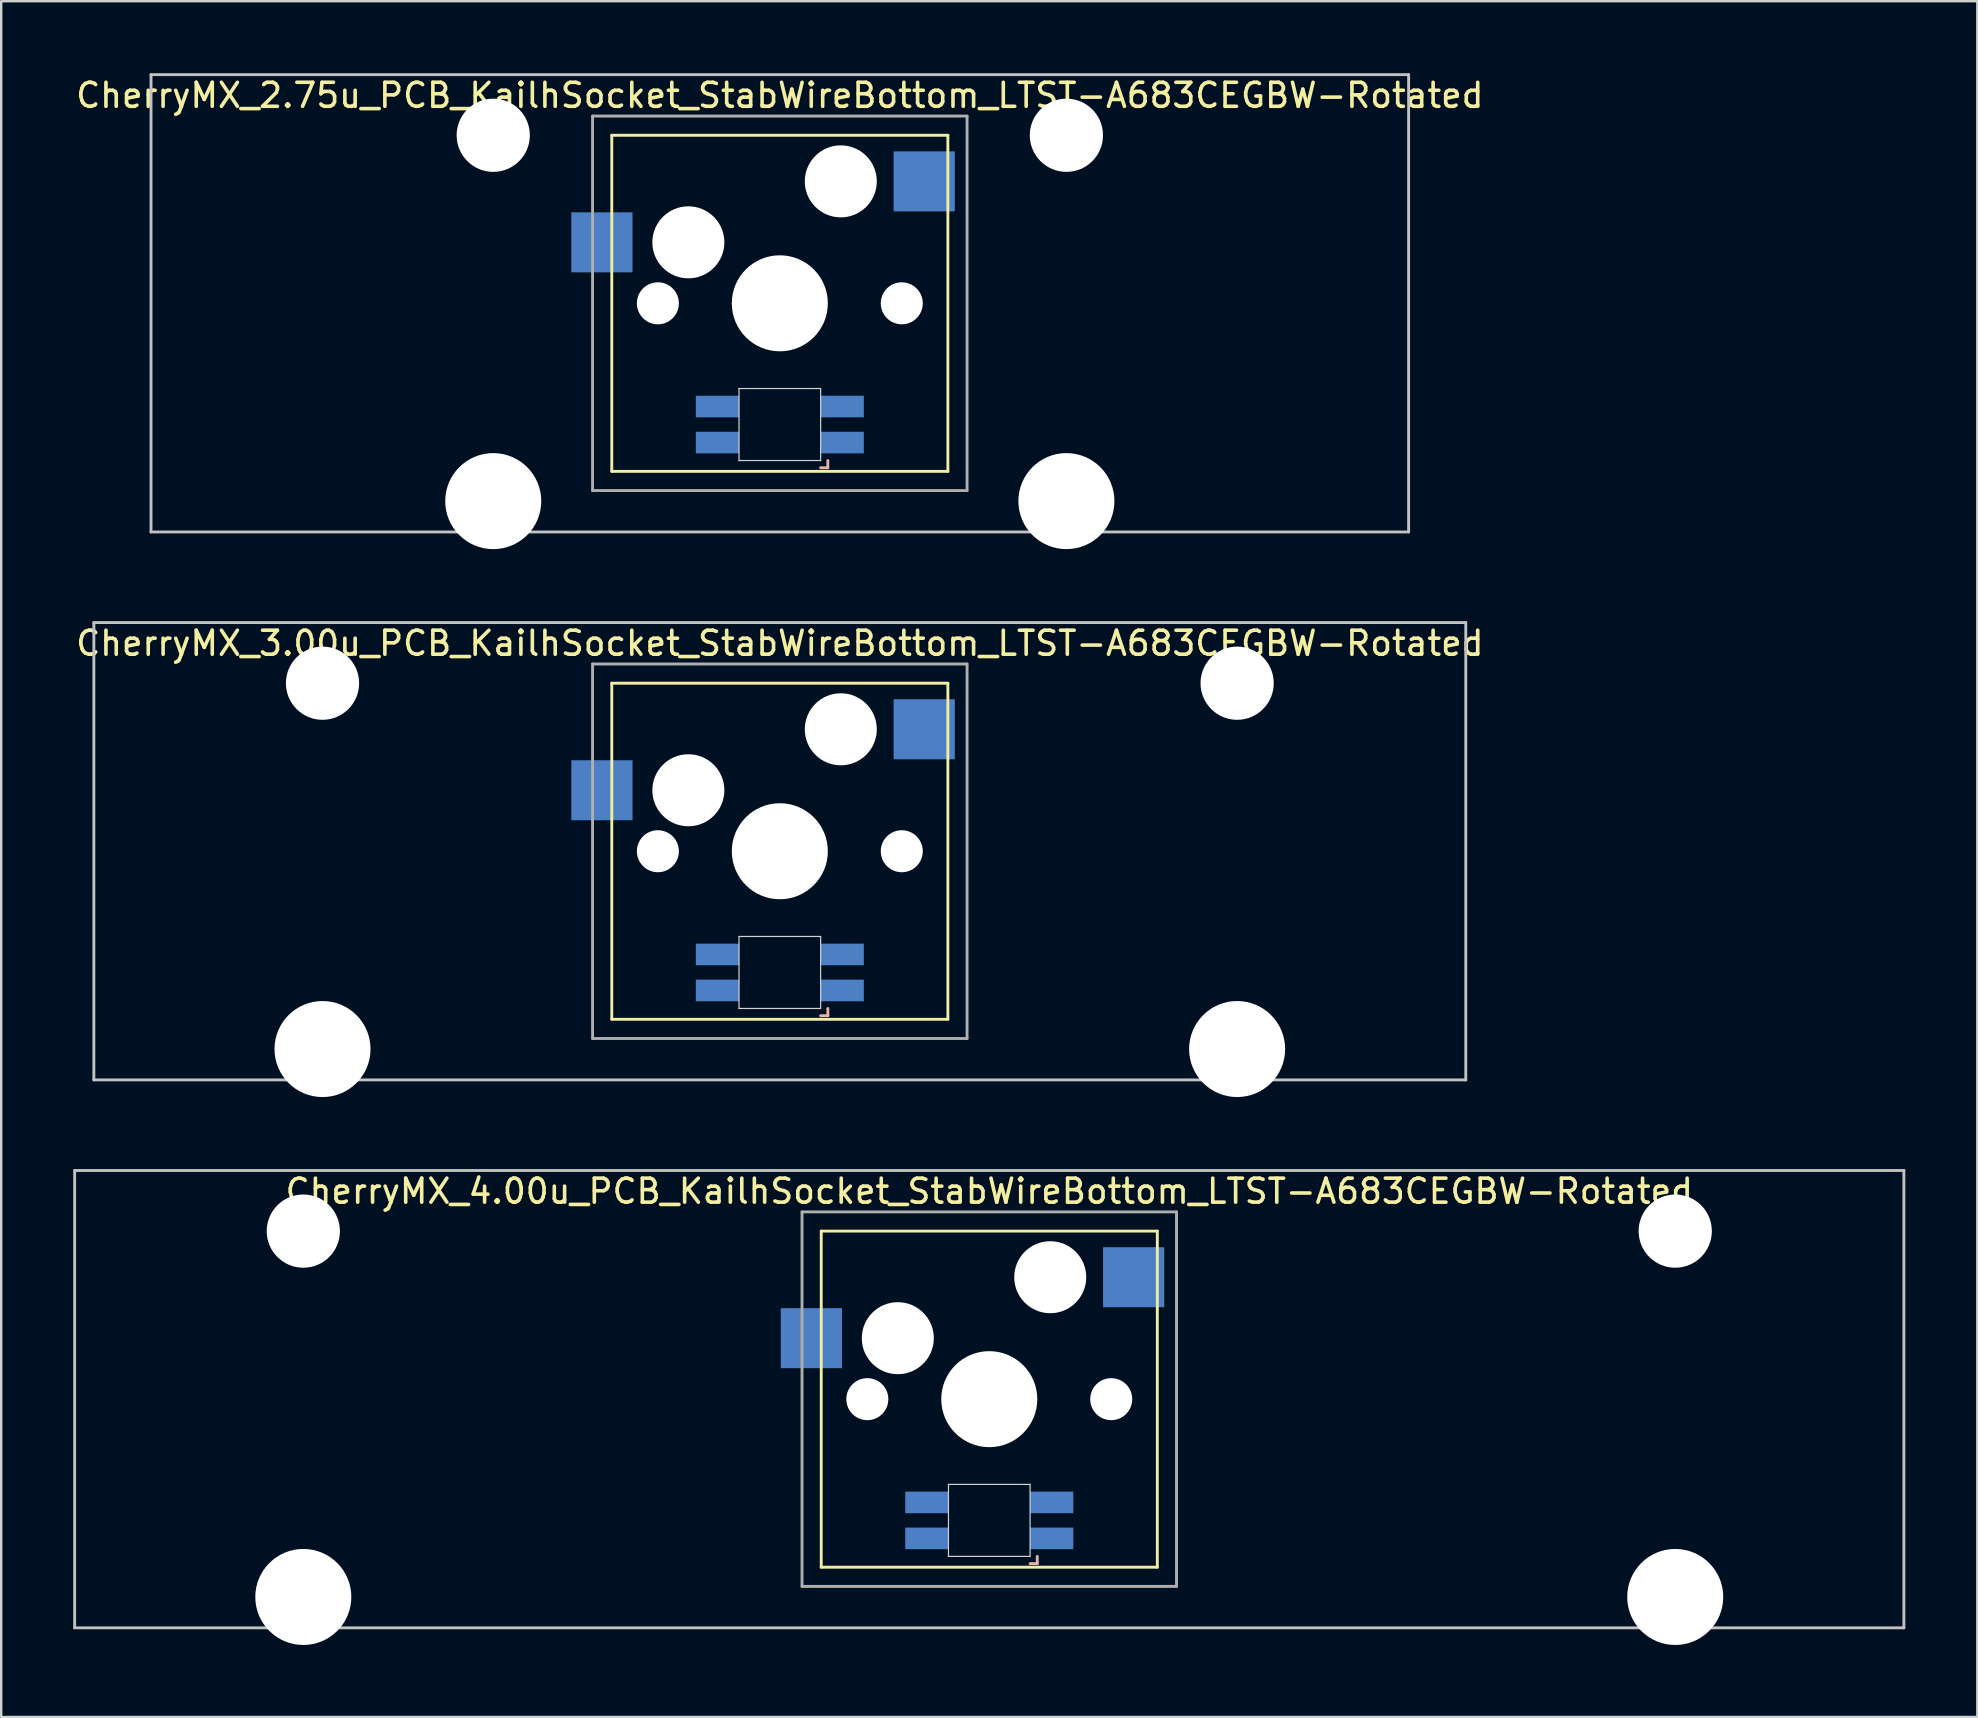
<source format=kicad_pcb>
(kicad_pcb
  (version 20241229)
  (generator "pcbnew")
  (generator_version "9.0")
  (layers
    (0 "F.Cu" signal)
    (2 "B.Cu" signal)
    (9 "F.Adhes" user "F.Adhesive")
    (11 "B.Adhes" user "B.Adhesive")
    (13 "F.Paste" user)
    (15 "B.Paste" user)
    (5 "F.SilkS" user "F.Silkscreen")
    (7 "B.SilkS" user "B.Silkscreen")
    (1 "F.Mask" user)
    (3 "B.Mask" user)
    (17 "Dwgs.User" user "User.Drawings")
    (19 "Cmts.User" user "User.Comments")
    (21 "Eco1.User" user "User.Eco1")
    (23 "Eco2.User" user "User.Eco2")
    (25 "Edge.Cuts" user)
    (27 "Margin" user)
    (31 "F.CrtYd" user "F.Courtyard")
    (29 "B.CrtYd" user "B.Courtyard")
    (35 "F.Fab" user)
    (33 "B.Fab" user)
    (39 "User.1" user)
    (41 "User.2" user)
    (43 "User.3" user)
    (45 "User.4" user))
  (footprint "CherryMX_4.00u_PCB_KailhSocket_StabWireBottom_LTST-A683CEGBW-Rotated"
    (layer "F.Cu")
    (at 38.16 55.235)
    (property "Reference" "CherryMX_4.00u_PCB_KailhSocket_StabWireBottom_LTST-A683CEGBW-Rotated" (at 0 -8.662 0) (layer "F.SilkS") (effects (font (size 1 1) (thickness 0.15))))
    (attr through_hole)
    (fp_line (start -7 -7) (end -7 7) (stroke (width 0.12) (type solid)) (layer "F.SilkS"))
    (fp_line (start -7 -7) (end 7 -7) (stroke (width 0.12) (type solid)) (layer "F.SilkS"))
    (fp_line (start 7 -7) (end 7 7) (stroke (width 0.12) (type solid)) (layer "F.SilkS"))
    (fp_line (start 7 7) (end -7 7) (stroke (width 0.12) (type solid)) (layer "F.SilkS"))
    (fp_line (start 1.7 6.85) (end 2 6.85) (stroke (width 0.12) (type solid)) (layer "B.SilkS"))
    (fp_line (start 2 6.85) (end 2 6.55) (stroke (width 0.12) (type solid)) (layer "B.SilkS"))
    (fp_line (start -38.1 -9.525) (end 38.1 -9.525) (stroke (width 0.12) (type solid)) (layer "Dwgs.User"))
    (fp_line (start -38.1 9.525) (end -38.1 -9.525) (stroke (width 0.12) (type solid)) (layer "Dwgs.User"))
    (fp_line (start 38.1 -9.525) (end 38.1 9.525) (stroke (width 0.12) (type solid)) (layer "Dwgs.User"))
    (fp_line (start 38.1 9.525) (end -38.1 9.525) (stroke (width 0.12) (type solid)) (layer "Dwgs.User"))
    (fp_line (start -1.7 3.55) (end 1.7 3.55) (stroke (width 0.05) (type solid)) (layer "Edge.Cuts"))
    (fp_line (start -1.7 6.55) (end -1.7 3.55) (stroke (width 0.05) (type solid)) (layer "Edge.Cuts"))
    (fp_line (start 1.7 3.55) (end 1.7 6.55) (stroke (width 0.05) (type solid)) (layer "Edge.Cuts"))
    (fp_line (start 1.7 6.55) (end -1.7 6.55) (stroke (width 0.05) (type solid)) (layer "Edge.Cuts"))
    (fp_line (start -7.8 -7.8) (end -7.8 7.8) (stroke (width 0.12) (type solid)) (layer "F.Fab"))
    (fp_line (start -7.8 -7.8) (end 7.8 -7.8) (stroke (width 0.12) (type solid)) (layer "F.Fab"))
    (fp_line (start -7.8 7.8) (end 7.8 7.8) (stroke (width 0.12) (type solid)) (layer "F.Fab"))
    (fp_line (start 7.8 -7.8) (end 7.8 7.8) (stroke (width 0.12) (type solid)) (layer "F.Fab"))
    (pad "" np_thru_hole circle (at -28.575 -7) (size 3.05 3.05) (drill 3.05) (layers "*.Cu" "*.Mask"))
    (pad "" np_thru_hole circle (at -28.575 8.24) (size 4 4) (drill 4) (layers "*.Cu" "*.Mask"))
    (pad "" np_thru_hole circle (at -5.08 0) (size 1.75 1.75) (drill 1.75) (layers "*.Cu" "*.Mask"))
    (pad "" np_thru_hole circle (at -3.81 -2.54) (size 3 3) (drill 3) (layers "*.Cu" "*.Mask"))
    (pad "" np_thru_hole circle (at 0 0) (size 4 4) (drill 4) (layers "*.Cu" "*.Mask"))
    (pad "" np_thru_hole circle (at 2.54 -5.08) (size 3 3) (drill 3) (layers "*.Cu" "*.Mask"))
    (pad "" np_thru_hole circle (at 5.08 0) (size 1.75 1.75) (drill 1.75) (layers "*.Cu" "*.Mask"))
    (pad "" np_thru_hole circle (at 28.575 -7) (size 3.05 3.05) (drill 3.05) (layers "*.Cu" "*.Mask"))
    (pad "" np_thru_hole circle (at 28.575 8.24) (size 4 4) (drill 4) (layers "*.Cu" "*.Mask"))
    (pad "1" smd rect (at -7.41 -2.54) (size 2.55 2.5) (layers "B.Cu" "B.Mask" "B.Paste"))
    (pad "2" smd rect (at 6.015 -5.08) (size 2.55 2.5) (layers "B.Cu" "B.Mask" "B.Paste"))
    (pad "3" smd rect (at 2.6 5.8) (size 1.8 0.9) (layers "B.Cu" "B.Mask" "B.Paste"))
    (pad "4" smd rect (at 2.6 4.3) (size 1.8 0.9) (layers "B.Cu" "B.Mask" "B.Paste"))
    (pad "5" smd rect (at -2.6 5.8) (size 1.8 0.9) (layers "B.Cu" "B.Mask" "B.Paste"))
    (pad "6" smd rect (at -2.6 4.3) (size 1.8 0.9) (layers "B.Cu" "B.Mask" "B.Paste")))
  (footprint "CherryMX_2.75u_PCB_KailhSocket_StabWireBottom_LTST-A683CEGBW-Rotated"
    (layer "F.Cu")
    (at 29.435 9.585)
    (property "Reference" "CherryMX_2.75u_PCB_KailhSocket_StabWireBottom_LTST-A683CEGBW-Rotated" (at 0 -8.662 0) (layer "F.SilkS") (effects (font (size 1 1) (thickness 0.15))))
    (attr through_hole)
    (fp_line (start -7 -7) (end -7 7) (stroke (width 0.12) (type solid)) (layer "F.SilkS"))
    (fp_line (start -7 -7) (end 7 -7) (stroke (width 0.12) (type solid)) (layer "F.SilkS"))
    (fp_line (start 7 -7) (end 7 7) (stroke (width 0.12) (type solid)) (layer "F.SilkS"))
    (fp_line (start 7 7) (end -7 7) (stroke (width 0.12) (type solid)) (layer "F.SilkS"))
    (fp_line (start 1.7 6.85) (end 2 6.85) (stroke (width 0.12) (type solid)) (layer "B.SilkS"))
    (fp_line (start 2 6.85) (end 2 6.55) (stroke (width 0.12) (type solid)) (layer "B.SilkS"))
    (fp_line (start -26.194 -9.525) (end 26.194 -9.525) (stroke (width 0.12) (type solid)) (layer "Dwgs.User"))
    (fp_line (start -26.194 9.525) (end -26.194 -9.525) (stroke (width 0.12) (type solid)) (layer "Dwgs.User"))
    (fp_line (start 26.194 -9.525) (end 26.194 9.525) (stroke (width 0.12) (type solid)) (layer "Dwgs.User"))
    (fp_line (start 26.194 9.525) (end -26.194 9.525) (stroke (width 0.12) (type solid)) (layer "Dwgs.User"))
    (fp_line (start -1.7 3.55) (end 1.7 3.55) (stroke (width 0.05) (type solid)) (layer "Edge.Cuts"))
    (fp_line (start -1.7 6.55) (end -1.7 3.55) (stroke (width 0.05) (type solid)) (layer "Edge.Cuts"))
    (fp_line (start 1.7 3.55) (end 1.7 6.55) (stroke (width 0.05) (type solid)) (layer "Edge.Cuts"))
    (fp_line (start 1.7 6.55) (end -1.7 6.55) (stroke (width 0.05) (type solid)) (layer "Edge.Cuts"))
    (fp_line (start -7.8 -7.8) (end -7.8 7.8) (stroke (width 0.12) (type solid)) (layer "F.Fab"))
    (fp_line (start -7.8 -7.8) (end 7.8 -7.8) (stroke (width 0.12) (type solid)) (layer "F.Fab"))
    (fp_line (start -7.8 7.8) (end 7.8 7.8) (stroke (width 0.12) (type solid)) (layer "F.Fab"))
    (fp_line (start 7.8 -7.8) (end 7.8 7.8) (stroke (width 0.12) (type solid)) (layer "F.Fab"))
    (pad "" np_thru_hole circle (at -11.938 -7) (size 3.05 3.05) (drill 3.05) (layers "*.Cu" "*.Mask"))
    (pad "" np_thru_hole circle (at -11.938 8.24) (size 4 4) (drill 4) (layers "*.Cu" "*.Mask"))
    (pad "" np_thru_hole circle (at -5.08 0) (size 1.75 1.75) (drill 1.75) (layers "*.Cu" "*.Mask"))
    (pad "" np_thru_hole circle (at -3.81 -2.54) (size 3 3) (drill 3) (layers "*.Cu" "*.Mask"))
    (pad "" np_thru_hole circle (at 0 0) (size 4 4) (drill 4) (layers "*.Cu" "*.Mask"))
    (pad "" np_thru_hole circle (at 2.54 -5.08) (size 3 3) (drill 3) (layers "*.Cu" "*.Mask"))
    (pad "" np_thru_hole circle (at 5.08 0) (size 1.75 1.75) (drill 1.75) (layers "*.Cu" "*.Mask"))
    (pad "" np_thru_hole circle (at 11.938 -7) (size 3.05 3.05) (drill 3.05) (layers "*.Cu" "*.Mask"))
    (pad "" np_thru_hole circle (at 11.938 8.24) (size 4 4) (drill 4) (layers "*.Cu" "*.Mask"))
    (pad "1" smd rect (at -7.41 -2.54) (size 2.55 2.5) (layers "B.Cu" "B.Mask" "B.Paste"))
    (pad "2" smd rect (at 6.015 -5.08) (size 2.55 2.5) (layers "B.Cu" "B.Mask" "B.Paste"))
    (pad "3" smd rect (at 2.6 5.8) (size 1.8 0.9) (layers "B.Cu" "B.Mask" "B.Paste"))
    (pad "4" smd rect (at 2.6 4.3) (size 1.8 0.9) (layers "B.Cu" "B.Mask" "B.Paste"))
    (pad "5" smd rect (at -2.6 5.8) (size 1.8 0.9) (layers "B.Cu" "B.Mask" "B.Paste"))
    (pad "6" smd rect (at -2.6 4.3) (size 1.8 0.9) (layers "B.Cu" "B.Mask" "B.Paste")))
  (footprint "CherryMX_3.00u_PCB_KailhSocket_StabWireBottom_LTST-A683CEGBW-Rotated"
    (layer "F.Cu")
    (at 29.435 32.41)
    (property "Reference" "CherryMX_3.00u_PCB_KailhSocket_StabWireBottom_LTST-A683CEGBW-Rotated" (at 0 -8.662 0) (layer "F.SilkS") (effects (font (size 1 1) (thickness 0.15))))
    (attr through_hole)
    (fp_line (start -7 -7) (end -7 7) (stroke (width 0.12) (type solid)) (layer "F.SilkS"))
    (fp_line (start -7 -7) (end 7 -7) (stroke (width 0.12) (type solid)) (layer "F.SilkS"))
    (fp_line (start 7 -7) (end 7 7) (stroke (width 0.12) (type solid)) (layer "F.SilkS"))
    (fp_line (start 7 7) (end -7 7) (stroke (width 0.12) (type solid)) (layer "F.SilkS"))
    (fp_line (start 1.7 6.85) (end 2 6.85) (stroke (width 0.12) (type solid)) (layer "B.SilkS"))
    (fp_line (start 2 6.85) (end 2 6.55) (stroke (width 0.12) (type solid)) (layer "B.SilkS"))
    (fp_line (start -28.575 -9.525) (end 28.575 -9.525) (stroke (width 0.12) (type solid)) (layer "Dwgs.User"))
    (fp_line (start -28.575 9.525) (end -28.575 -9.525) (stroke (width 0.12) (type solid)) (layer "Dwgs.User"))
    (fp_line (start 28.575 -9.525) (end 28.575 9.525) (stroke (width 0.12) (type solid)) (layer "Dwgs.User"))
    (fp_line (start 28.575 9.525) (end -28.575 9.525) (stroke (width 0.12) (type solid)) (layer "Dwgs.User"))
    (fp_line (start -1.7 3.55) (end 1.7 3.55) (stroke (width 0.05) (type solid)) (layer "Edge.Cuts"))
    (fp_line (start -1.7 6.55) (end -1.7 3.55) (stroke (width 0.05) (type solid)) (layer "Edge.Cuts"))
    (fp_line (start 1.7 3.55) (end 1.7 6.55) (stroke (width 0.05) (type solid)) (layer "Edge.Cuts"))
    (fp_line (start 1.7 6.55) (end -1.7 6.55) (stroke (width 0.05) (type solid)) (layer "Edge.Cuts"))
    (fp_line (start -7.8 -7.8) (end -7.8 7.8) (stroke (width 0.12) (type solid)) (layer "F.Fab"))
    (fp_line (start -7.8 -7.8) (end 7.8 -7.8) (stroke (width 0.12) (type solid)) (layer "F.Fab"))
    (fp_line (start -7.8 7.8) (end 7.8 7.8) (stroke (width 0.12) (type solid)) (layer "F.Fab"))
    (fp_line (start 7.8 -7.8) (end 7.8 7.8) (stroke (width 0.12) (type solid)) (layer "F.Fab"))
    (pad "" np_thru_hole circle (at -19.05 -7) (size 3.05 3.05) (drill 3.05) (layers "*.Cu" "*.Mask"))
    (pad "" np_thru_hole circle (at -19.05 8.24) (size 4 4) (drill 4) (layers "*.Cu" "*.Mask"))
    (pad "" np_thru_hole circle (at -5.08 0) (size 1.75 1.75) (drill 1.75) (layers "*.Cu" "*.Mask"))
    (pad "" np_thru_hole circle (at -3.81 -2.54) (size 3 3) (drill 3) (layers "*.Cu" "*.Mask"))
    (pad "" np_thru_hole circle (at 0 0) (size 4 4) (drill 4) (layers "*.Cu" "*.Mask"))
    (pad "" np_thru_hole circle (at 2.54 -5.08) (size 3 3) (drill 3) (layers "*.Cu" "*.Mask"))
    (pad "" np_thru_hole circle (at 5.08 0) (size 1.75 1.75) (drill 1.75) (layers "*.Cu" "*.Mask"))
    (pad "" np_thru_hole circle (at 19.05 -7) (size 3.05 3.05) (drill 3.05) (layers "*.Cu" "*.Mask"))
    (pad "" np_thru_hole circle (at 19.05 8.24) (size 4 4) (drill 4) (layers "*.Cu" "*.Mask"))
    (pad "1" smd rect (at -7.41 -2.54) (size 2.55 2.5) (layers "B.Cu" "B.Mask" "B.Paste"))
    (pad "2" smd rect (at 6.015 -5.08) (size 2.55 2.5) (layers "B.Cu" "B.Mask" "B.Paste"))
    (pad "3" smd rect (at 2.6 5.8) (size 1.8 0.9) (layers "B.Cu" "B.Mask" "B.Paste"))
    (pad "4" smd rect (at 2.6 4.3) (size 1.8 0.9) (layers "B.Cu" "B.Mask" "B.Paste"))
    (pad "5" smd rect (at -2.6 5.8) (size 1.8 0.9) (layers "B.Cu" "B.Mask" "B.Paste"))
    (pad "6" smd rect (at -2.6 4.3) (size 1.8 0.9) (layers "B.Cu" "B.Mask" "B.Paste")))
  (gr_rect
    (start -3 -3)
    (end 79.32 68.475)
    (stroke (width 0.1) (type default))
    (fill no)
    (layer "Edge.Cuts")))
</source>
